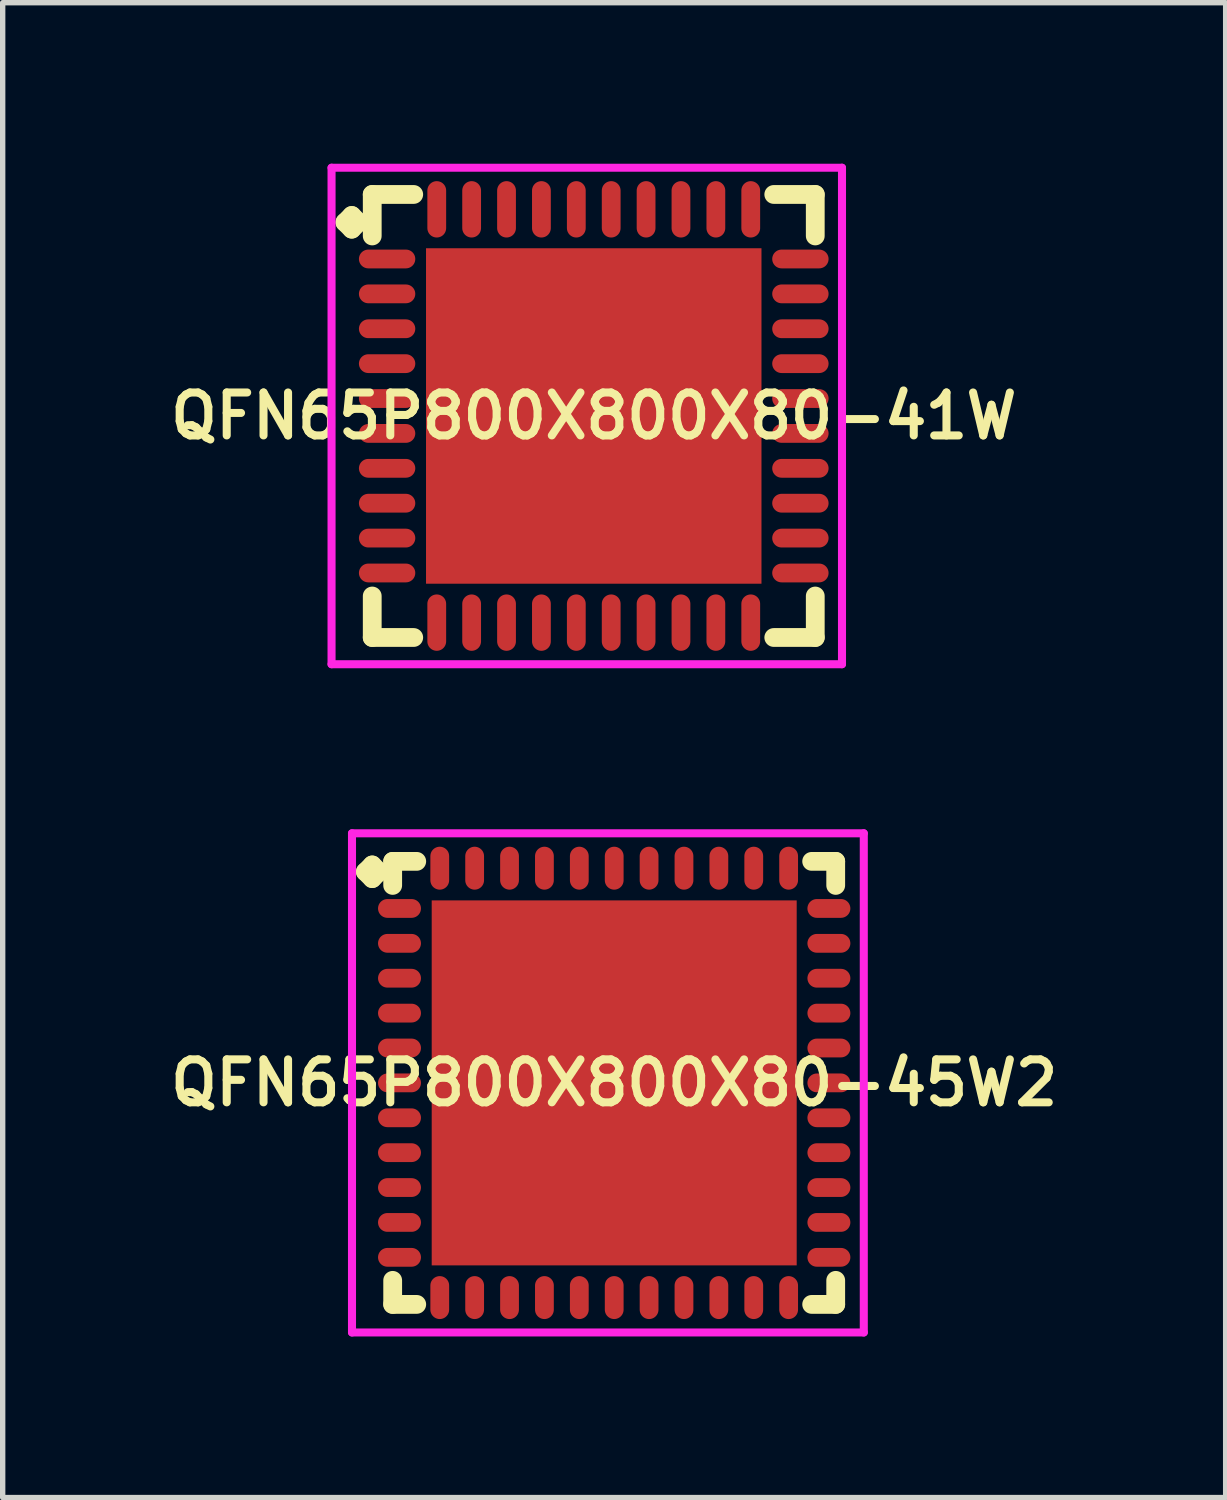
<source format=kicad_pcb>
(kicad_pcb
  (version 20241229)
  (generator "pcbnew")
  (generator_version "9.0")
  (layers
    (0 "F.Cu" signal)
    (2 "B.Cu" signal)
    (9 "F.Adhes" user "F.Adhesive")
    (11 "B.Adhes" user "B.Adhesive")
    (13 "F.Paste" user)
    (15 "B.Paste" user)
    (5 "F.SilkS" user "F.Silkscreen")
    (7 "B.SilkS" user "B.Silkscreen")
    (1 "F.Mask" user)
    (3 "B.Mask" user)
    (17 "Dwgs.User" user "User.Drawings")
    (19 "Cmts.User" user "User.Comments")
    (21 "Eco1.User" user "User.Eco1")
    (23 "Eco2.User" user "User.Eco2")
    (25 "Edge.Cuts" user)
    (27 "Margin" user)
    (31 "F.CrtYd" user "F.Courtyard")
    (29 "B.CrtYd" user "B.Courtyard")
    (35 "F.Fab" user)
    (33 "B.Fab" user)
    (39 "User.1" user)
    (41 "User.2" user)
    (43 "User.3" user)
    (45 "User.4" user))
  (footprint "QFN65P800X800X80-41W"
    (layer "F.Cu")
    (at 8.012 4.7)
    (property "Reference" "QFN65P800X800X80-41W" (at 0 0 0) (layer "F.SilkS") (effects (font (size 0.8 0.8) (thickness 0.15))))
    (attr smd)
    (fp_line (start -4.635 -3.608) (end -4.508 -3.735) (stroke (width 0.35) (type solid)) (layer "F.SilkS"))
    (fp_line (start -4.508 -3.735) (end -4.381 -3.608) (stroke (width 0.35) (type solid)) (layer "F.SilkS"))
    (fp_line (start -4.508 -3.481) (end -4.635 -3.608) (stroke (width 0.35) (type solid)) (layer "F.SilkS"))
    (fp_line (start -4.381 -3.608) (end -4.508 -3.481) (stroke (width 0.35) (type solid)) (layer "F.SilkS"))
    (fp_line (start -4.127 -4.127) (end -3.354 -4.127) (stroke (width 0.35) (type solid)) (layer "F.SilkS"))
    (fp_line (start -4.127 -3.354) (end -4.127 -4.127) (stroke (width 0.35) (type solid)) (layer "F.SilkS"))
    (fp_line (start -4.127 3.354) (end -4.127 4.127) (stroke (width 0.35) (type solid)) (layer "F.SilkS"))
    (fp_line (start -4.127 4.127) (end -3.354 4.127) (stroke (width 0.35) (type solid)) (layer "F.SilkS"))
    (fp_line (start 3.354 -4.127) (end 4.127 -4.127) (stroke (width 0.35) (type solid)) (layer "F.SilkS"))
    (fp_line (start 3.354 4.127) (end 4.127 4.127) (stroke (width 0.35) (type solid)) (layer "F.SilkS"))
    (fp_line (start 4.127 -4.127) (end 4.127 -3.354) (stroke (width 0.35) (type solid)) (layer "F.SilkS"))
    (fp_line (start 4.127 4.127) (end 4.127 3.354) (stroke (width 0.35) (type solid)) (layer "F.SilkS"))
    (fp_line (start -4.885 -4.625) (end 4.625 -4.625) (stroke (width 0.15) (type solid)) (layer "F.CrtYd"))
    (fp_line (start -4.885 4.625) (end -4.885 -4.625) (stroke (width 0.15) (type solid)) (layer "F.CrtYd"))
    (fp_line (start 4.625 -4.625) (end 4.625 4.625) (stroke (width 0.15) (type solid)) (layer "F.CrtYd"))
    (fp_line (start 4.625 4.625) (end -4.885 4.625) (stroke (width 0.15) (type solid)) (layer "F.CrtYd"))
    (pad "1" smd oval (at -3.85 -2.925) (size 1.05 0.35) (layers "F.Cu" "F.Mask" "F.Paste"))
    (pad "2" smd oval (at -3.85 -2.275) (size 1.05 0.35) (layers "F.Cu" "F.Mask" "F.Paste"))
    (pad "3" smd oval (at -3.85 -1.625) (size 1.05 0.35) (layers "F.Cu" "F.Mask" "F.Paste"))
    (pad "4" smd oval (at -3.85 -0.975) (size 1.05 0.35) (layers "F.Cu" "F.Mask" "F.Paste"))
    (pad "5" smd oval (at -3.85 -0.325) (size 1.05 0.35) (layers "F.Cu" "F.Mask" "F.Paste"))
    (pad "6" smd oval (at -3.85 0.325) (size 1.05 0.35) (layers "F.Cu" "F.Mask" "F.Paste"))
    (pad "7" smd oval (at -3.85 0.975) (size 1.05 0.35) (layers "F.Cu" "F.Mask" "F.Paste"))
    (pad "8" smd oval (at -3.85 1.625) (size 1.05 0.35) (layers "F.Cu" "F.Mask" "F.Paste"))
    (pad "9" smd oval (at -3.85 2.275) (size 1.05 0.35) (layers "F.Cu" "F.Mask" "F.Paste"))
    (pad "10" smd oval (at -3.85 2.925) (size 1.05 0.35) (layers "F.Cu" "F.Mask" "F.Paste"))
    (pad "11" smd oval (at -2.925 3.85) (size 0.35 1.05) (layers "F.Cu" "F.Mask" "F.Paste"))
    (pad "12" smd oval (at -2.275 3.85) (size 0.35 1.05) (layers "F.Cu" "F.Mask" "F.Paste"))
    (pad "13" smd oval (at -1.625 3.85) (size 0.35 1.05) (layers "F.Cu" "F.Mask" "F.Paste"))
    (pad "14" smd oval (at -0.975 3.85) (size 0.35 1.05) (layers "F.Cu" "F.Mask" "F.Paste"))
    (pad "15" smd oval (at -0.325 3.85) (size 0.35 1.05) (layers "F.Cu" "F.Mask" "F.Paste"))
    (pad "16" smd oval (at 0.325 3.85) (size 0.35 1.05) (layers "F.Cu" "F.Mask" "F.Paste"))
    (pad "17" smd oval (at 0.975 3.85) (size 0.35 1.05) (layers "F.Cu" "F.Mask" "F.Paste"))
    (pad "18" smd oval (at 1.625 3.85) (size 0.35 1.05) (layers "F.Cu" "F.Mask" "F.Paste"))
    (pad "19" smd oval (at 2.275 3.85) (size 0.35 1.05) (layers "F.Cu" "F.Mask" "F.Paste"))
    (pad "20" smd oval (at 2.925 3.85) (size 0.35 1.05) (layers "F.Cu" "F.Mask" "F.Paste"))
    (pad "21" smd oval (at 3.85 2.925) (size 1.05 0.35) (layers "F.Cu" "F.Mask" "F.Paste"))
    (pad "22" smd oval (at 3.85 2.275) (size 1.05 0.35) (layers "F.Cu" "F.Mask" "F.Paste"))
    (pad "23" smd oval (at 3.85 1.625) (size 1.05 0.35) (layers "F.Cu" "F.Mask" "F.Paste"))
    (pad "24" smd oval (at 3.85 0.975) (size 1.05 0.35) (layers "F.Cu" "F.Mask" "F.Paste"))
    (pad "25" smd oval (at 3.85 0.325) (size 1.05 0.35) (layers "F.Cu" "F.Mask" "F.Paste"))
    (pad "26" smd oval (at 3.85 -0.325) (size 1.05 0.35) (layers "F.Cu" "F.Mask" "F.Paste"))
    (pad "27" smd oval (at 3.85 -0.975) (size 1.05 0.35) (layers "F.Cu" "F.Mask" "F.Paste"))
    (pad "28" smd oval (at 3.85 -1.625) (size 1.05 0.35) (layers "F.Cu" "F.Mask" "F.Paste"))
    (pad "29" smd oval (at 3.85 -2.275) (size 1.05 0.35) (layers "F.Cu" "F.Mask" "F.Paste"))
    (pad "30" smd oval (at 3.85 -2.925) (size 1.05 0.35) (layers "F.Cu" "F.Mask" "F.Paste"))
    (pad "31" smd oval (at 2.925 -3.85) (size 0.35 1.05) (layers "F.Cu" "F.Mask" "F.Paste"))
    (pad "32" smd oval (at 2.275 -3.85) (size 0.35 1.05) (layers "F.Cu" "F.Mask" "F.Paste"))
    (pad "33" smd oval (at 1.625 -3.85) (size 0.35 1.05) (layers "F.Cu" "F.Mask" "F.Paste"))
    (pad "34" smd oval (at 0.975 -3.85) (size 0.35 1.05) (layers "F.Cu" "F.Mask" "F.Paste"))
    (pad "35" smd oval (at 0.325 -3.85) (size 0.35 1.05) (layers "F.Cu" "F.Mask" "F.Paste"))
    (pad "36" smd oval (at -0.325 -3.85) (size 0.35 1.05) (layers "F.Cu" "F.Mask" "F.Paste"))
    (pad "37" smd oval (at -0.975 -3.85) (size 0.35 1.05) (layers "F.Cu" "F.Mask" "F.Paste"))
    (pad "38" smd oval (at -1.625 -3.85) (size 0.35 1.05) (layers "F.Cu" "F.Mask" "F.Paste"))
    (pad "39" smd oval (at -2.275 -3.85) (size 0.35 1.05) (layers "F.Cu" "F.Mask" "F.Paste"))
    (pad "40" smd oval (at -2.925 -3.85) (size 0.35 1.05) (layers "F.Cu" "F.Mask" "F.Paste"))
    (pad "41" smd rect (at 0 0) (size 6.25 6.25) (layers "F.Cu" "F.Mask" "F.Paste")))
  (footprint "QFN65P800X800X80-45W2"
    (layer "F.Cu")
    (at 8.393 17.125)
    (property "Reference" "QFN65P800X800X80-45W2" (at 0 0 0) (layer "F.SilkS") (effects (font (size 0.8 0.8) (thickness 0.15))))
    (attr smd)
    (fp_line (start -4.635 -3.933) (end -4.508 -4.06) (stroke (width 0.35) (type solid)) (layer "F.SilkS"))
    (fp_line (start -4.508 -4.06) (end -4.381 -3.933) (stroke (width 0.35) (type solid)) (layer "F.SilkS"))
    (fp_line (start -4.508 -3.806) (end -4.635 -3.933) (stroke (width 0.35) (type solid)) (layer "F.SilkS"))
    (fp_line (start -4.381 -3.933) (end -4.508 -3.806) (stroke (width 0.35) (type solid)) (layer "F.SilkS"))
    (fp_line (start -4.127 -4.127) (end -3.679 -4.127) (stroke (width 0.35) (type solid)) (layer "F.SilkS"))
    (fp_line (start -4.127 -3.679) (end -4.127 -4.127) (stroke (width 0.35) (type solid)) (layer "F.SilkS"))
    (fp_line (start -4.127 3.679) (end -4.127 4.127) (stroke (width 0.35) (type solid)) (layer "F.SilkS"))
    (fp_line (start -4.127 4.127) (end -3.679 4.127) (stroke (width 0.35) (type solid)) (layer "F.SilkS"))
    (fp_line (start 3.679 -4.127) (end 4.127 -4.127) (stroke (width 0.35) (type solid)) (layer "F.SilkS"))
    (fp_line (start 3.679 4.127) (end 4.127 4.127) (stroke (width 0.35) (type solid)) (layer "F.SilkS"))
    (fp_line (start 4.127 -4.127) (end 4.127 -3.679) (stroke (width 0.35) (type solid)) (layer "F.SilkS"))
    (fp_line (start 4.127 4.127) (end 4.127 3.679) (stroke (width 0.35) (type solid)) (layer "F.SilkS"))
    (fp_line (start -4.885 -4.65) (end 4.65 -4.65) (stroke (width 0.15) (type solid)) (layer "F.CrtYd"))
    (fp_line (start -4.885 4.65) (end -4.885 -4.65) (stroke (width 0.15) (type solid)) (layer "F.CrtYd"))
    (fp_line (start 4.65 -4.65) (end 4.65 4.65) (stroke (width 0.15) (type solid)) (layer "F.CrtYd"))
    (fp_line (start 4.65 4.65) (end -4.885 4.65) (stroke (width 0.15) (type solid)) (layer "F.CrtYd"))
    (pad "1" smd oval (at -4 -3.25) (size 0.8 0.35) (layers "F.Cu" "F.Mask" "F.Paste"))
    (pad "2" smd oval (at -4 -2.6) (size 0.8 0.35) (layers "F.Cu" "F.Mask" "F.Paste"))
    (pad "3" smd oval (at -4 -1.95) (size 0.8 0.35) (layers "F.Cu" "F.Mask" "F.Paste"))
    (pad "4" smd oval (at -4 -1.3) (size 0.8 0.35) (layers "F.Cu" "F.Mask" "F.Paste"))
    (pad "5" smd oval (at -4 -0.65) (size 0.8 0.35) (layers "F.Cu" "F.Mask" "F.Paste"))
    (pad "6" smd oval (at -4 0) (size 0.8 0.35) (layers "F.Cu" "F.Mask" "F.Paste"))
    (pad "7" smd oval (at -4 0.65) (size 0.8 0.35) (layers "F.Cu" "F.Mask" "F.Paste"))
    (pad "8" smd oval (at -4 1.3) (size 0.8 0.35) (layers "F.Cu" "F.Mask" "F.Paste"))
    (pad "9" smd oval (at -4 1.95) (size 0.8 0.35) (layers "F.Cu" "F.Mask" "F.Paste"))
    (pad "10" smd oval (at -4 2.6) (size 0.8 0.35) (layers "F.Cu" "F.Mask" "F.Paste"))
    (pad "11" smd oval (at -4 3.25) (size 0.8 0.35) (layers "F.Cu" "F.Mask" "F.Paste"))
    (pad "12" smd oval (at -3.25 4) (size 0.35 0.8) (layers "F.Cu" "F.Mask" "F.Paste"))
    (pad "13" smd oval (at -2.6 4) (size 0.35 0.8) (layers "F.Cu" "F.Mask" "F.Paste"))
    (pad "14" smd oval (at -1.95 4) (size 0.35 0.8) (layers "F.Cu" "F.Mask" "F.Paste"))
    (pad "15" smd oval (at -1.3 4) (size 0.35 0.8) (layers "F.Cu" "F.Mask" "F.Paste"))
    (pad "16" smd oval (at -0.65 4) (size 0.35 0.8) (layers "F.Cu" "F.Mask" "F.Paste"))
    (pad "17" smd oval (at 0 4) (size 0.35 0.8) (layers "F.Cu" "F.Mask" "F.Paste"))
    (pad "18" smd oval (at 0.65 4) (size 0.35 0.8) (layers "F.Cu" "F.Mask" "F.Paste"))
    (pad "19" smd oval (at 1.3 4) (size 0.35 0.8) (layers "F.Cu" "F.Mask" "F.Paste"))
    (pad "20" smd oval (at 1.95 4) (size 0.35 0.8) (layers "F.Cu" "F.Mask" "F.Paste"))
    (pad "21" smd oval (at 2.6 4) (size 0.35 0.8) (layers "F.Cu" "F.Mask" "F.Paste"))
    (pad "22" smd oval (at 3.25 4) (size 0.35 0.8) (layers "F.Cu" "F.Mask" "F.Paste"))
    (pad "23" smd oval (at 4 3.25) (size 0.8 0.35) (layers "F.Cu" "F.Mask" "F.Paste"))
    (pad "24" smd oval (at 4 2.6) (size 0.8 0.35) (layers "F.Cu" "F.Mask" "F.Paste"))
    (pad "25" smd oval (at 4 1.95) (size 0.8 0.35) (layers "F.Cu" "F.Mask" "F.Paste"))
    (pad "26" smd oval (at 4 1.3) (size 0.8 0.35) (layers "F.Cu" "F.Mask" "F.Paste"))
    (pad "27" smd oval (at 4 0.65) (size 0.8 0.35) (layers "F.Cu" "F.Mask" "F.Paste"))
    (pad "28" smd oval (at 4 0) (size 0.8 0.35) (layers "F.Cu" "F.Mask" "F.Paste"))
    (pad "29" smd oval (at 4 -0.65) (size 0.8 0.35) (layers "F.Cu" "F.Mask" "F.Paste"))
    (pad "30" smd oval (at 4 -1.3) (size 0.8 0.35) (layers "F.Cu" "F.Mask" "F.Paste"))
    (pad "31" smd oval (at 4 -1.95) (size 0.8 0.35) (layers "F.Cu" "F.Mask" "F.Paste"))
    (pad "32" smd oval (at 4 -2.6) (size 0.8 0.35) (layers "F.Cu" "F.Mask" "F.Paste"))
    (pad "33" smd oval (at 4 -3.25) (size 0.8 0.35) (layers "F.Cu" "F.Mask" "F.Paste"))
    (pad "34" smd oval (at 3.25 -4) (size 0.35 0.8) (layers "F.Cu" "F.Mask" "F.Paste"))
    (pad "35" smd oval (at 2.6 -4) (size 0.35 0.8) (layers "F.Cu" "F.Mask" "F.Paste"))
    (pad "36" smd oval (at 1.95 -4) (size 0.35 0.8) (layers "F.Cu" "F.Mask" "F.Paste"))
    (pad "37" smd oval (at 1.3 -4) (size 0.35 0.8) (layers "F.Cu" "F.Mask" "F.Paste"))
    (pad "38" smd oval (at 0.65 -4) (size 0.35 0.8) (layers "F.Cu" "F.Mask" "F.Paste"))
    (pad "39" smd oval (at 0 -4) (size 0.35 0.8) (layers "F.Cu" "F.Mask" "F.Paste"))
    (pad "40" smd oval (at -0.65 -4) (size 0.35 0.8) (layers "F.Cu" "F.Mask" "F.Paste"))
    (pad "41" smd oval (at -1.3 -4) (size 0.35 0.8) (layers "F.Cu" "F.Mask" "F.Paste"))
    (pad "42" smd oval (at -1.95 -4) (size 0.35 0.8) (layers "F.Cu" "F.Mask" "F.Paste"))
    (pad "43" smd oval (at -2.6 -4) (size 0.35 0.8) (layers "F.Cu" "F.Mask" "F.Paste"))
    (pad "44" smd oval (at -3.25 -4) (size 0.35 0.8) (layers "F.Cu" "F.Mask" "F.Paste"))
    (pad "45" smd rect (at 0 0) (size 6.8 6.8) (layers "F.Cu" "F.Mask" "F.Paste")))
  (gr_rect
    (start -3 -3)
    (end 19.785 24.85)
    (stroke (width 0.1) (type default))
    (fill no)
    (layer "Edge.Cuts")))
</source>
